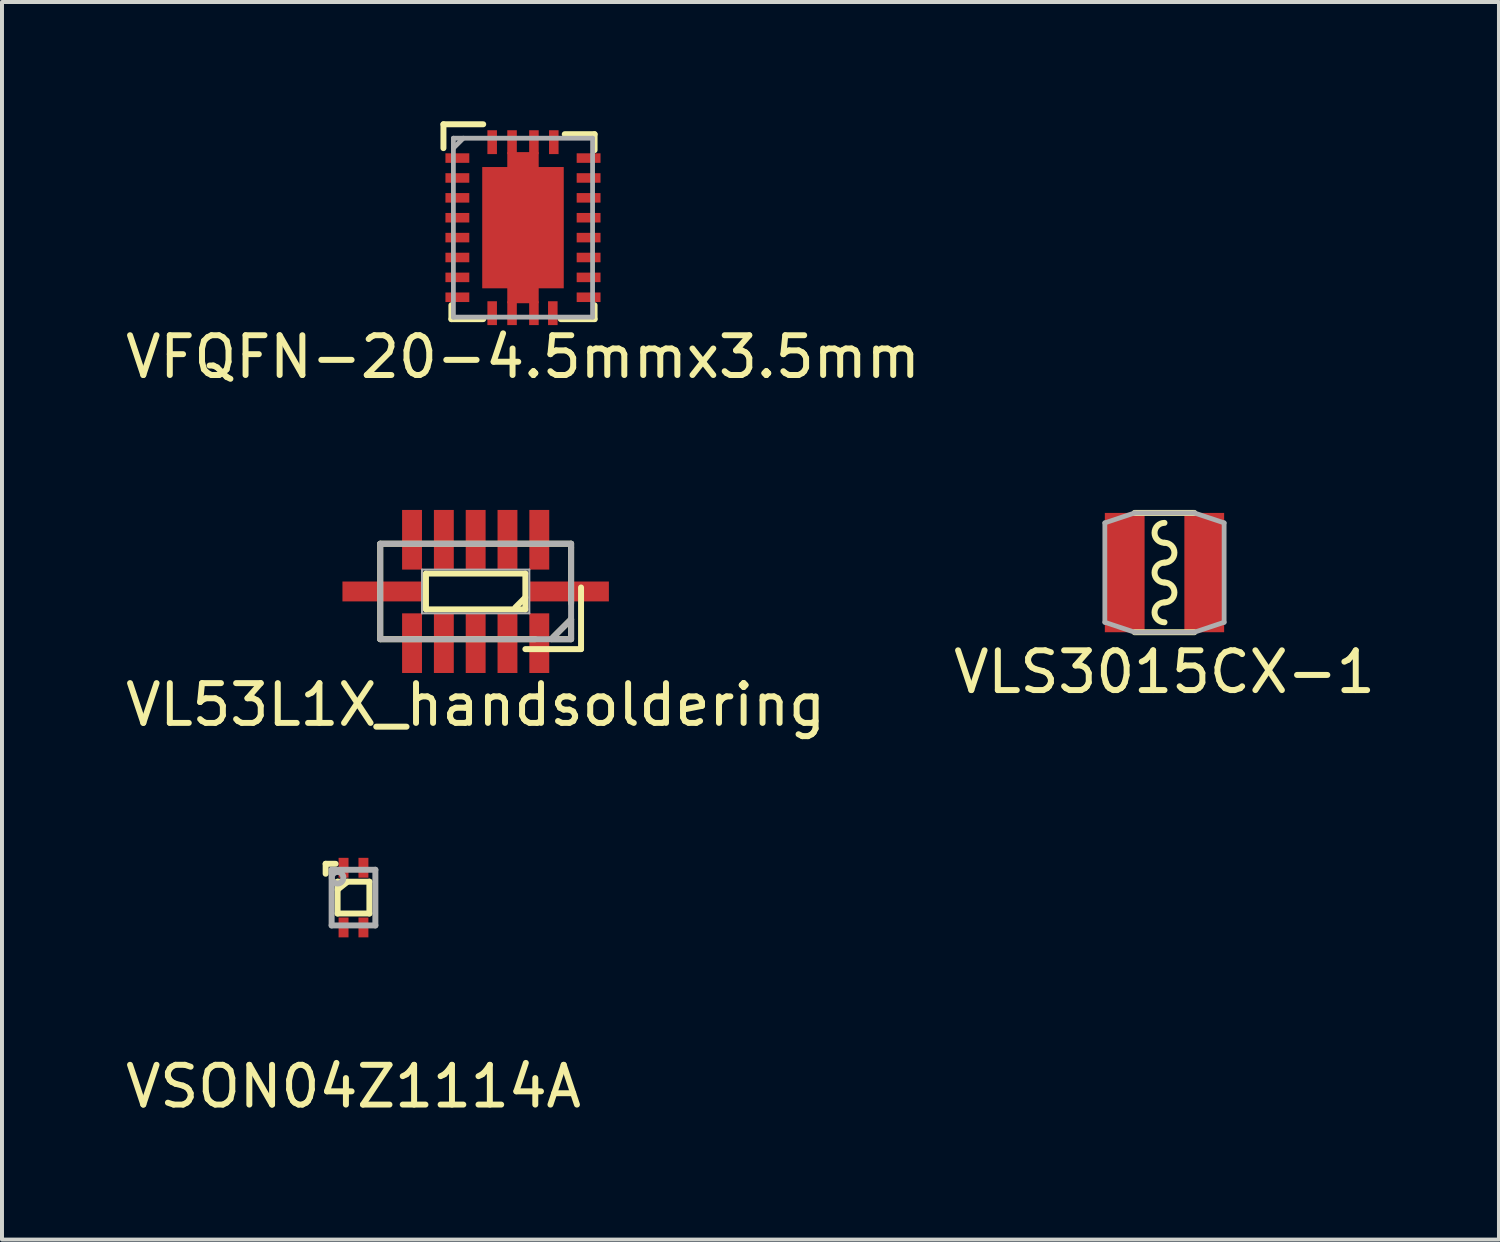
<source format=kicad_pcb>
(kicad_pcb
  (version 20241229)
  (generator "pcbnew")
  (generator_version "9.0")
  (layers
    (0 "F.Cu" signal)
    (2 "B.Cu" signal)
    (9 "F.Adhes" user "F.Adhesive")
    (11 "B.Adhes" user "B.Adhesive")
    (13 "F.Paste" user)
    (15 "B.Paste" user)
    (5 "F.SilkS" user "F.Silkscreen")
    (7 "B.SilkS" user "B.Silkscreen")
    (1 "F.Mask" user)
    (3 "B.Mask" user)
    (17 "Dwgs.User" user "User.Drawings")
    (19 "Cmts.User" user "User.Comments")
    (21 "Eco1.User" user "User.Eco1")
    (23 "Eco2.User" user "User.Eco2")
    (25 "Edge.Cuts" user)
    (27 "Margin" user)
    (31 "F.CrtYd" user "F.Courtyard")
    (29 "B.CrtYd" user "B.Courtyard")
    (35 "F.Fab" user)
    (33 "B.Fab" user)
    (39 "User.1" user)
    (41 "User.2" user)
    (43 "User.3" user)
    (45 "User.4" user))
  (footprint "VFQFN-20-4.5mmx3.5mm"
    (layer "F.Cu")
    (at 10.101 2.675)
    (property "Reference" "VFQFN-20-4.5mmx3.5mm" (at 0 3.25 0) (layer "F.SilkS") (effects (font (size 1 1) (thickness 0.15))))
    (attr smd)
    (fp_line (start -2 -2.6) (end -1 -2.6) (stroke (width 0.15) (type solid)) (layer "F.SilkS"))
    (fp_line (start -2 -2) (end -2 -2.6) (stroke (width 0.15) (type solid)) (layer "F.SilkS"))
    (fp_line (start -1.8 1.95) (end -1.8 2.3) (stroke (width 0.15) (type solid)) (layer "F.SilkS"))
    (fp_line (start -1.8 2.3) (end -1 2.3) (stroke (width 0.15) (type solid)) (layer "F.SilkS"))
    (fp_line (start 0.95 2.3) (end 1.8 2.3) (stroke (width 0.15) (type solid)) (layer "F.SilkS"))
    (fp_line (start 1.8 -2.35) (end 1.05 -2.35) (stroke (width 0.15) (type solid)) (layer "F.SilkS"))
    (fp_line (start 1.8 -1.95) (end 1.8 -2.35) (stroke (width 0.15) (type solid)) (layer "F.SilkS"))
    (fp_line (start 1.8 2.3) (end 1.8 1.95) (stroke (width 0.15) (type solid)) (layer "F.SilkS"))
    (fp_line (start -1.75 -2.25) (end -1.75 2.25) (stroke (width 0.12) (type solid)) (layer "F.Fab"))
    (fp_line (start -1.75 -2.25) (end 1.75 -2.25) (stroke (width 0.12) (type solid)) (layer "F.Fab"))
    (fp_line (start -1.75 -2) (end -1.5 -2.25) (stroke (width 0.12) (type solid)) (layer "F.Fab"))
    (fp_line (start -1.75 2.25) (end 1.75 2.25) (stroke (width 0.12) (type solid)) (layer "F.Fab"))
    (fp_line (start 1.75 -2.25) (end 1.75 2.25) (stroke (width 0.12) (type solid)) (layer "F.Fab"))
    (pad "1" smd rect (at -0.775 -2.15) (size 0.24 0.6) (layers "F.Cu" "F.Mask" "F.Paste"))
    (pad "2" smd rect (at -1.65 -1.75 90) (size 0.24 0.6) (layers "F.Cu" "F.Mask" "F.Paste"))
    (pad "3" smd rect (at -1.65 -1.25 90) (size 0.24 0.6) (layers "F.Cu" "F.Mask" "F.Paste"))
    (pad "4" smd rect (at -1.65 -0.75 90) (size 0.24 0.6) (layers "F.Cu" "F.Mask" "F.Paste"))
    (pad "5" smd rect (at -1.65 -0.25 90) (size 0.24 0.6) (layers "F.Cu" "F.Mask" "F.Paste"))
    (pad "6" smd rect (at -1.65 0.25 90) (size 0.24 0.6) (layers "F.Cu" "F.Mask" "F.Paste"))
    (pad "7" smd rect (at -1.65 0.75 90) (size 0.24 0.6) (layers "F.Cu" "F.Mask" "F.Paste"))
    (pad "8" smd rect (at -1.65 1.25 90) (size 0.24 0.6) (layers "F.Cu" "F.Mask" "F.Paste"))
    (pad "9" smd rect (at -1.65 1.75 90) (size 0.24 0.6) (layers "F.Cu" "F.Mask" "F.Paste"))
    (pad "10" smd rect (at -0.775 2.15) (size 0.24 0.6) (layers "F.Cu" "F.Mask" "F.Paste"))
    (pad "11" smd rect (at 0.75 2.15) (size 0.24 0.6) (layers "F.Cu" "F.Mask" "F.Paste"))
    (pad "12" smd rect (at 1.65 1.75 90) (size 0.24 0.6) (layers "F.Cu" "F.Mask" "F.Paste"))
    (pad "13" smd rect (at 1.65 1.25 90) (size 0.24 0.6) (layers "F.Cu" "F.Mask" "F.Paste"))
    (pad "14" smd rect (at 1.65 0.75 90) (size 0.24 0.6) (layers "F.Cu" "F.Mask" "F.Paste"))
    (pad "15" smd rect (at 1.65 0.25 90) (size 0.24 0.6) (layers "F.Cu" "F.Mask" "F.Paste"))
    (pad "16" smd rect (at 1.65 -0.25 90) (size 0.24 0.6) (layers "F.Cu" "F.Mask" "F.Paste"))
    (pad "17" smd rect (at 1.65 -0.75 90) (size 0.24 0.6) (layers "F.Cu" "F.Mask" "F.Paste"))
    (pad "18" smd rect (at 1.65 -1.25 90) (size 0.24 0.6) (layers "F.Cu" "F.Mask" "F.Paste"))
    (pad "19" smd rect (at 1.65 -1.75 90) (size 0.24 0.6) (layers "F.Cu" "F.Mask" "F.Paste"))
    (pad "20" smd rect (at 0.775 -2.15) (size 0.24 0.6) (layers "F.Cu" "F.Mask" "F.Paste"))
    (pad "21" smd rect (at -0.275 -2.15) (size 0.24 0.6) (layers "F.Cu" "F.Mask" "F.Paste"))
    (pad "21" smd rect (at -0.275 2.15) (size 0.24 0.6) (layers "F.Cu" "F.Mask" "F.Paste"))
    (pad "21" smd rect (at 0 -1.7) (size 0.79 0.4) (layers "F.Cu" "F.Mask" "F.Paste"))
    (pad "21" smd rect (at 0 0 90) (size 3.05 2.05) (layers "F.Cu" "F.Mask" "F.Paste"))
    (pad "21" smd rect (at 0 1.7) (size 0.79 0.4) (layers "F.Cu" "F.Mask" "F.Paste"))
    (pad "21" smd rect (at 0.275 -2.15) (size 0.24 0.6) (layers "F.Cu" "F.Mask" "F.Paste"))
    (pad "21" smd rect (at 0.275 2.15) (size 0.24 0.6) (layers "F.Cu" "F.Mask" "F.Paste")))
  (footprint "VLS3015CX-1"
    (layer "F.Cu")
    (at 26.232 11.348)
    (property "Reference" "VLS3015CX-1" (at 0 2.5 0) (layer "F.SilkS") (effects (font (size 1 1) (thickness 0.15))))
    (attr through_hole)
    (fp_line (start -0.75 -1.5) (end 0.75 -1.5) (stroke (width 0.15) (type solid)) (layer "F.SilkS"))
    (fp_line (start -0.75 1.5) (end 0.75 1.5) (stroke (width 0.15) (type solid)) (layer "F.SilkS"))
    (fp_arc (start 0 -0.75) (mid -0.25 -1) (end 0 -1.25) (stroke (width 0.15) (type solid)) (layer "F.SilkS"))
    (fp_arc (start 0 -0.75) (mid 0.25 -0.5) (end 0 -0.25) (stroke (width 0.15) (type solid)) (layer "F.SilkS"))
    (fp_arc (start 0 0.25) (mid -0.25 0) (end 0 -0.25) (stroke (width 0.15) (type solid)) (layer "F.SilkS"))
    (fp_arc (start 0 0.25) (mid 0.25 0.5) (end 0 0.75) (stroke (width 0.15) (type solid)) (layer "F.SilkS"))
    (fp_arc (start 0 1.25) (mid -0.25 1) (end 0 0.75) (stroke (width 0.15) (type solid)) (layer "F.SilkS"))
    (fp_line (start -1.5 -1.25) (end -1.5 1.25) (stroke (width 0.12) (type solid)) (layer "F.Fab"))
    (fp_line (start -1.5 1.25) (end -0.75 1.5) (stroke (width 0.12) (type solid)) (layer "F.Fab"))
    (fp_line (start -0.75 -1.5) (end -1.5 -1.25) (stroke (width 0.12) (type solid)) (layer "F.Fab"))
    (fp_line (start -0.75 1.5) (end 0.75 1.5) (stroke (width 0.12) (type solid)) (layer "F.Fab"))
    (fp_line (start 0.75 -1.5) (end -0.75 -1.5) (stroke (width 0.12) (type solid)) (layer "F.Fab"))
    (fp_line (start 0.75 1.5) (end 1.5 1.25) (stroke (width 0.12) (type solid)) (layer "F.Fab"))
    (fp_line (start 1.5 -1.25) (end 0.75 -1.5) (stroke (width 0.12) (type solid)) (layer "F.Fab"))
    (fp_line (start 1.5 1.25) (end 1.5 -1.25) (stroke (width 0.12) (type solid)) (layer "F.Fab"))
    (pad "1" smd rect (at -1 0) (size 1 3) (layers "F.Cu" "F.Mask" "F.Paste"))
    (pad "2" smd rect (at 1 0) (size 1 3) (layers "F.Cu" "F.Mask" "F.Paste")))
  (footprint "VL53L1X_handsoldering"
    (layer "F.Cu")
    (at 8.911 11.823)
    (property "Reference" "VL53L1X_handsoldering" (at 0 2.85 0) (layer "F.SilkS") (effects (font (size 1 1) (thickness 0.15))))
    (attr through_hole)
    (fp_line (start -2.4 -1.2) (end -2.4 1.2) (stroke (width 0.15) (type solid)) (layer "F.SilkS"))
    (fp_line (start -2.4 1.2) (end 1.5 1.2) (stroke (width 0.15) (type solid)) (layer "F.SilkS"))
    (fp_line (start -1.25 -0.45) (end -1.25 0.45) (stroke (width 0.15) (type solid)) (layer "F.SilkS"))
    (fp_line (start -1.25 0.45) (end 1.25 0.45) (stroke (width 0.15) (type solid)) (layer "F.SilkS"))
    (fp_line (start 1 0.4) (end 1.25 0.15) (stroke (width 0.15) (type solid)) (layer "F.SilkS"))
    (fp_line (start 1.25 -0.45) (end -1.25 -0.45) (stroke (width 0.15) (type solid)) (layer "F.SilkS"))
    (fp_line (start 1.25 0.45) (end 1.25 -0.45) (stroke (width 0.15) (type solid)) (layer "F.SilkS"))
    (fp_line (start 1.25 1.45) (end 2.65 1.45) (stroke (width 0.15) (type solid)) (layer "F.SilkS"))
    (fp_line (start 1.95 1.15) (end 2.4 0.7) (stroke (width 0.15) (type solid)) (layer "F.SilkS"))
    (fp_line (start 2.4 -1.2) (end -2.4 -1.2) (stroke (width 0.15) (type solid)) (layer "F.SilkS"))
    (fp_line (start 2.4 -1.1) (end 2.4 -1.2) (stroke (width 0.15) (type solid)) (layer "F.SilkS"))
    (fp_line (start 2.4 0.3) (end 2.4 -1.1) (stroke (width 0.15) (type solid)) (layer "F.SilkS"))
    (fp_line (start 2.4 0.7) (end 2.4 1.2) (stroke (width 0.15) (type solid)) (layer "F.SilkS"))
    (fp_line (start 2.4 1.2) (end 1.9 1.2) (stroke (width 0.15) (type solid)) (layer "F.SilkS"))
    (fp_line (start 2.65 1.45) (end 2.65 -0.1) (stroke (width 0.15) (type solid)) (layer "F.SilkS"))
    (fp_line (start -2.4 -1.2) (end 2.4 -1.2) (stroke (width 0.15) (type solid)) (layer "F.Fab"))
    (fp_line (start -2.4 1.2) (end -2.4 -1.2) (stroke (width 0.15) (type solid)) (layer "F.Fab"))
    (fp_line (start -1.35 -0.55) (end 1.35 -0.55) (stroke (width 0.05) (type solid)) (layer "F.Fab"))
    (fp_line (start -1.35 0.55) (end -1.35 -0.55) (stroke (width 0.05) (type solid)) (layer "F.Fab"))
    (fp_line (start 1.35 -0.55) (end 1.35 0.55) (stroke (width 0.05) (type solid)) (layer "F.Fab"))
    (fp_line (start 1.35 0.55) (end -1.35 0.55) (stroke (width 0.05) (type solid)) (layer "F.Fab"))
    (fp_line (start 1.9 1.2) (end 2.4 0.7) (stroke (width 0.15) (type solid)) (layer "F.Fab"))
    (fp_line (start 2.4 -1.2) (end 2.4 1.2) (stroke (width 0.15) (type solid)) (layer "F.Fab"))
    (fp_line (start 2.4 1.2) (end -2.4 1.2) (stroke (width 0.15) (type solid)) (layer "F.Fab"))
    (pad "1" smd rect (at 1.6 0.55 270) (size 1.5 0.5) (drill (offset 0.75 0)) (layers "F.Cu" "F.Mask" "F.Paste"))
    (pad "2" smd rect (at 0.8 0.55 270) (size 1.5 0.5) (drill (offset 0.75 0)) (layers "F.Cu" "F.Mask" "F.Paste"))
    (pad "3" smd rect (at 0 0.55 270) (size 1.5 0.5) (drill (offset 0.75 0)) (layers "F.Cu" "F.Mask" "F.Paste"))
    (pad "4" smd rect (at -0.8 0.55 270) (size 1.5 0.5) (drill (offset 0.75 0)) (layers "F.Cu" "F.Mask" "F.Paste"))
    (pad "5" smd rect (at -1.6 0.55 270) (size 1.5 0.5) (drill (offset 0.75 0)) (layers "F.Cu" "F.Mask" "F.Paste"))
    (pad "6" smd rect (at -1.35 0 180) (size 2 0.5) (drill (offset 1 0)) (layers "F.Cu" "F.Mask" "F.Paste"))
    (pad "7" smd rect (at -1.6 -0.55 90) (size 1.5 0.5) (drill (offset 0.75 0)) (layers "F.Cu" "F.Mask" "F.Paste"))
    (pad "8" smd rect (at -0.8 -0.55 90) (size 1.5 0.5) (drill (offset 0.75 0)) (layers "F.Cu" "F.Mask" "F.Paste"))
    (pad "9" smd rect (at 0 -0.55 90) (size 1.5 0.5) (drill (offset 0.75 0)) (layers "F.Cu" "F.Mask" "F.Paste"))
    (pad "10" smd rect (at 0.8 -0.55 90) (size 1.5 0.5) (drill (offset 0.75 0)) (layers "F.Cu" "F.Mask" "F.Paste"))
    (pad "11" smd rect (at 1.6 -0.55 90) (size 1.5 0.5) (drill (offset 0.75 0)) (layers "F.Cu" "F.Mask" "F.Paste"))
    (pad "12" smd rect (at 1.35 0) (size 2 0.5) (drill (offset 1 0)) (layers "F.Cu" "F.Mask" "F.Paste")))
  (footprint "VSON04Z1114A"
    (layer "F.Cu")
    (at 5.839 19.521)
    (property "Reference" "VSON04Z1114A" (at 0 4.75 0) (layer "F.SilkS") (effects (font (size 1 1) (thickness 0.15))))
    (attr smd)
    (fp_line (start -0.7 -0.85) (end -0.45 -0.85) (stroke (width 0.15) (type solid)) (layer "F.SilkS"))
    (fp_line (start -0.7 -0.6) (end -0.7 -0.85) (stroke (width 0.15) (type solid)) (layer "F.SilkS"))
    (fp_line (start -0.4 -0.4) (end 0.4 -0.4) (stroke (width 0.15) (type solid)) (layer "F.SilkS"))
    (fp_line (start -0.4 -0.2) (end -0.15 -0.4) (stroke (width 0.15) (type solid)) (layer "F.SilkS"))
    (fp_line (start -0.4 0.4) (end -0.4 -0.4) (stroke (width 0.15) (type solid)) (layer "F.SilkS"))
    (fp_line (start 0.4 -0.4) (end 0.4 0.4) (stroke (width 0.15) (type solid)) (layer "F.SilkS"))
    (fp_line (start 0.4 0.4) (end -0.4 0.4) (stroke (width 0.15) (type solid)) (layer "F.SilkS"))
    (fp_line (start -0.55 -0.7) (end 0.55 -0.7) (stroke (width 0.15) (type solid)) (layer "F.Fab"))
    (fp_line (start -0.55 0.7) (end -0.55 -0.7) (stroke (width 0.15) (type solid)) (layer "F.Fab"))
    (fp_line (start 0.55 -0.7) (end 0.55 0.7) (stroke (width 0.15) (type solid)) (layer "F.Fab"))
    (fp_line (start 0.55 0.7) (end -0.55 0.7) (stroke (width 0.15) (type solid)) (layer "F.Fab"))
    (fp_circle (center -0.4 -0.5) (end -0.35 -0.55) (stroke (width 0.15) (type solid)) (fill no) (layer "F.Fab"))
    (pad "1" smd rect (at -0.25 -0.75) (size 0.25 0.5) (layers "F.Cu" "F.Mask" "F.Paste"))
    (pad "2" smd rect (at -0.25 0.75) (size 0.25 0.5) (layers "F.Cu" "F.Mask" "F.Paste"))
    (pad "3" smd rect (at 0.25 0.75) (size 0.25 0.5) (layers "F.Cu" "F.Mask" "F.Paste"))
    (pad "4" smd rect (at 0.25 -0.75) (size 0.25 0.5) (layers "F.Cu" "F.Mask" "F.Paste")))
  (gr_rect
    (start -3 -3)
    (end 34.643 28.12)
    (stroke (width 0.1) (type default))
    (fill no)
    (layer "Edge.Cuts")))
</source>
